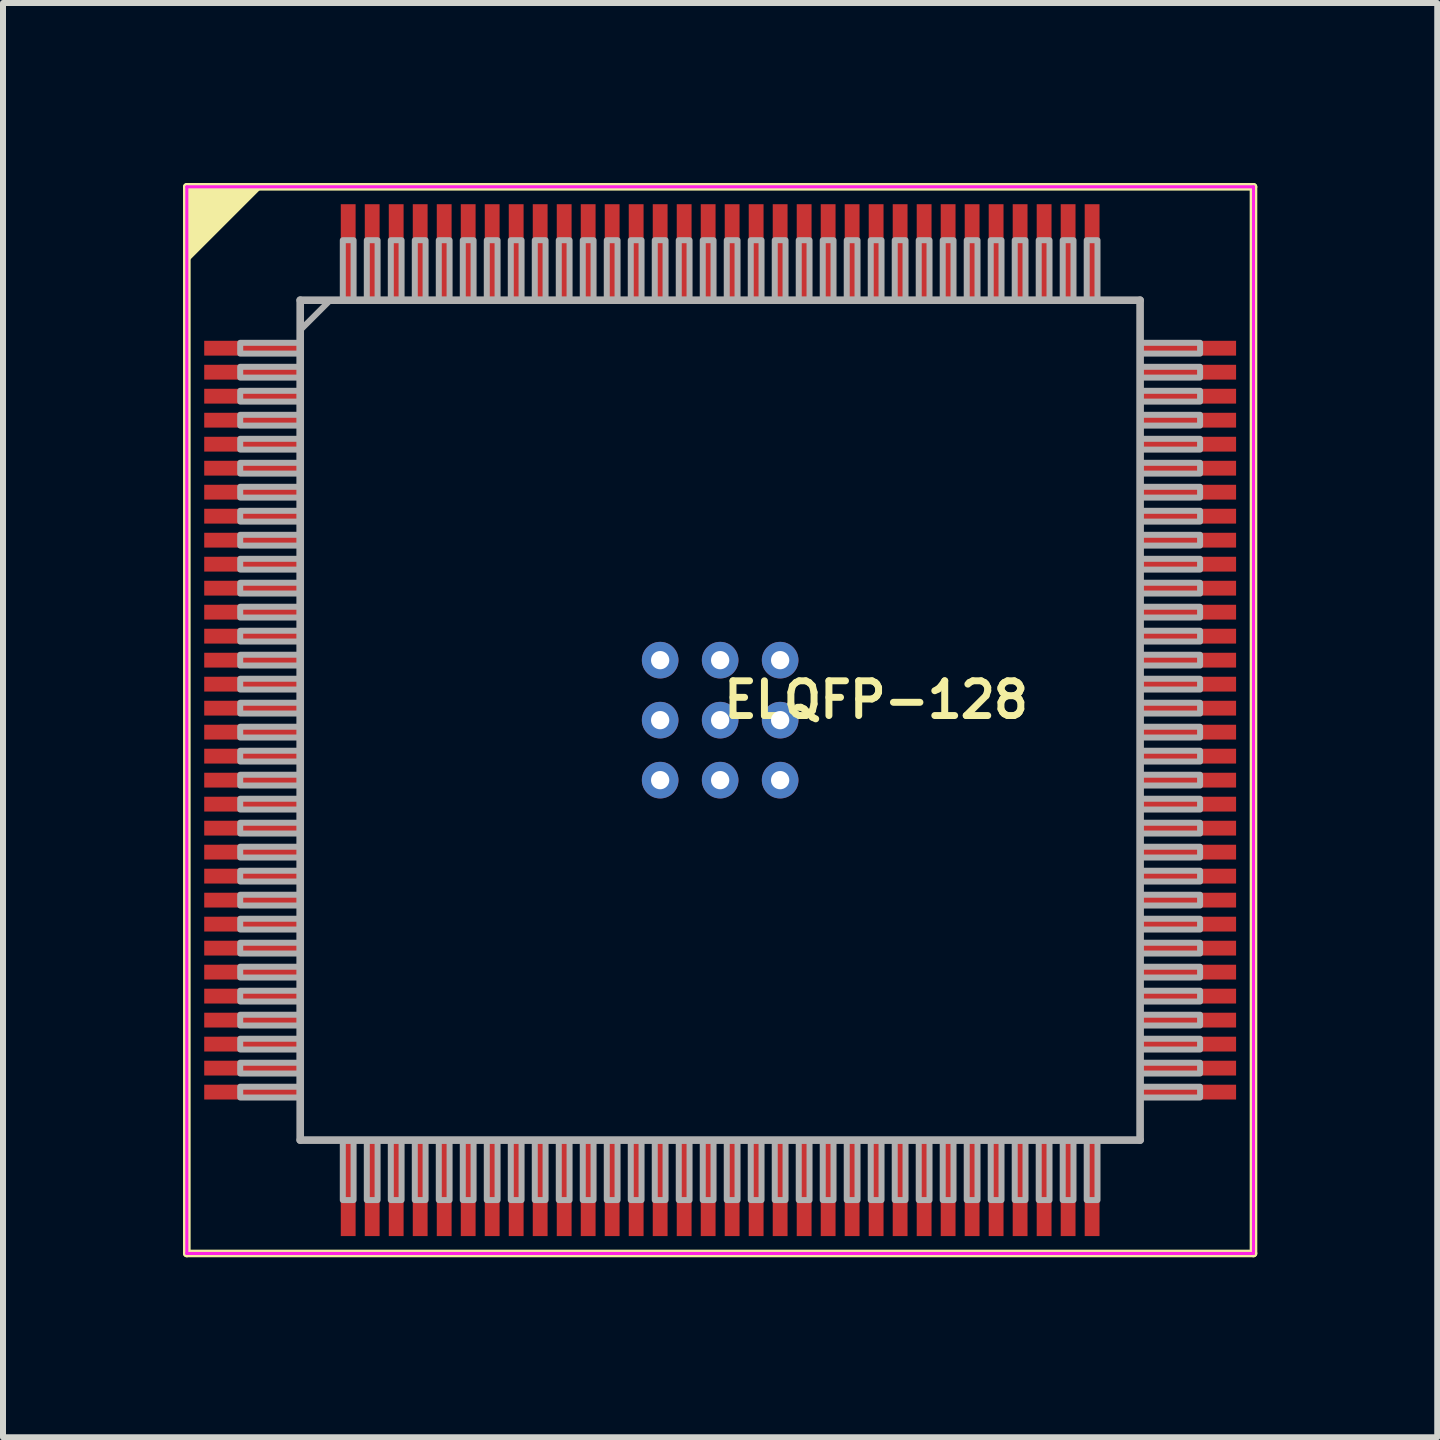
<source format=kicad_pcb>
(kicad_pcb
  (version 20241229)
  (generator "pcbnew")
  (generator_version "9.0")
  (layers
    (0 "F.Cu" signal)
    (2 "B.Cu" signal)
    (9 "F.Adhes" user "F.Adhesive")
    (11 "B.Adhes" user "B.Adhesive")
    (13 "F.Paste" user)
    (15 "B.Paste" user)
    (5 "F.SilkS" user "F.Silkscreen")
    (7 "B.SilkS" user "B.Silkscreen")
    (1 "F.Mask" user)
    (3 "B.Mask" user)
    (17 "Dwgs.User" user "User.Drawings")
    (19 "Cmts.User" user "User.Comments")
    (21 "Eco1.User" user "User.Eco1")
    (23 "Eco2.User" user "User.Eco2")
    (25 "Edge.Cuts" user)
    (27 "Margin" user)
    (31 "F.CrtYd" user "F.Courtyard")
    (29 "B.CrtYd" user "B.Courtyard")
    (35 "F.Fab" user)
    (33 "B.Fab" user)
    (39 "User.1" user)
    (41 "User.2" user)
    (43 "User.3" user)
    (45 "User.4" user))
  (footprint "ELQFP-128"
    (layer "F.Cu")
    (at 8.954 8.954)
    (property "Reference" "ELQFP-128" (at 0 0 180) (layer "F.SilkS") (effects (font (size 0.579 0.579) (thickness 0.116)) (justify left bottom)))
    (attr through_hole)
    (fp_poly (pts (xy -2 2) (xy 2 2) (xy 2 -2) (xy -2 -2)) (stroke (width 0) (type solid)) (fill yes) (layer "F.Mask"))
    (fp_poly (pts (xy -2 2) (xy 2 2) (xy 2 -2) (xy -2 -2)) (stroke (width 0) (type solid)) (fill yes) (layer "B.Mask"))
    (fp_line (start -8.89 -8.89) (end -8.89 8.89) (stroke (width 0.127) (type solid)) (layer "F.SilkS"))
    (fp_line (start -8.89 8.89) (end 8.89 8.89) (stroke (width 0.127) (type solid)) (layer "F.SilkS"))
    (fp_line (start 8.89 -8.89) (end -8.89 -8.89) (stroke (width 0.127) (type solid)) (layer "F.SilkS"))
    (fp_line (start 8.89 8.89) (end 8.89 -8.89) (stroke (width 0.127) (type solid)) (layer "F.SilkS"))
    (fp_poly (pts (xy -8.89 -8.89) (xy -7.62 -8.89) (xy -8.89 -7.62)) (stroke (width 0) (type solid)) (fill yes) (layer "F.SilkS"))
    (fp_poly (pts (xy -1.5 1.5) (xy 1.5 1.5) (xy 1.5 -1.5) (xy -1.5 -1.5)) (stroke (width 0) (type solid)) (fill yes) (layer "F.Paste"))
    (fp_line (start -8.89 -8.89) (end 8.89 -8.89) (stroke (width 0.051) (type solid)) (layer "F.CrtYd"))
    (fp_line (start -8.89 8.89) (end -8.89 -8.89) (stroke (width 0.051) (type solid)) (layer "F.CrtYd"))
    (fp_line (start 8.89 -8.89) (end 8.89 8.89) (stroke (width 0.051) (type solid)) (layer "F.CrtYd"))
    (fp_line (start 8.89 8.89) (end -8.89 8.89) (stroke (width 0.051) (type solid)) (layer "F.CrtYd"))
    (fp_line (start -7 -7) (end 7 -7) (stroke (width 0.127) (type solid)) (layer "F.Fab"))
    (fp_line (start -7 7) (end -7 -7) (stroke (width 0.127) (type solid)) (layer "F.Fab"))
    (fp_line (start 7 -7) (end 7 7) (stroke (width 0.127) (type solid)) (layer "F.Fab"))
    (fp_line (start 7 7) (end -7 7) (stroke (width 0.127) (type solid)) (layer "F.Fab"))
    (fp_poly (pts (xy -7 -7) (xy -6.5 -7) (xy -7 -6.5)) (stroke (width 0.1) (type solid)) (fill no) (layer "F.Fab"))
    (fp_poly (pts (xy -8 -6.29) (xy -8 -6.11) (xy -7 -6.11) (xy -7 -6.29)) (stroke (width 0.1) (type solid)) (fill no) (layer "F.Fab"))
    (fp_poly (pts (xy -8 -5.89) (xy -8 -5.71) (xy -7 -5.71) (xy -7 -5.89)) (stroke (width 0.1) (type solid)) (fill no) (layer "F.Fab"))
    (fp_poly (pts (xy -8 -5.49) (xy -8 -5.31) (xy -7 -5.31) (xy -7 -5.49)) (stroke (width 0.1) (type solid)) (fill no) (layer "F.Fab"))
    (fp_poly (pts (xy -8 -5.09) (xy -8 -4.91) (xy -7 -4.91) (xy -7 -5.09)) (stroke (width 0.1) (type solid)) (fill no) (layer "F.Fab"))
    (fp_poly (pts (xy -8 -4.69) (xy -8 -4.51) (xy -7 -4.51) (xy -7 -4.69)) (stroke (width 0.1) (type solid)) (fill no) (layer "F.Fab"))
    (fp_poly (pts (xy -8 -4.29) (xy -8 -4.11) (xy -7 -4.11) (xy -7 -4.29)) (stroke (width 0.1) (type solid)) (fill no) (layer "F.Fab"))
    (fp_poly (pts (xy -8 -3.89) (xy -8 -3.71) (xy -7 -3.71) (xy -7 -3.89)) (stroke (width 0.1) (type solid)) (fill no) (layer "F.Fab"))
    (fp_poly (pts (xy -8 -3.49) (xy -8 -3.31) (xy -7 -3.31) (xy -7 -3.49)) (stroke (width 0.1) (type solid)) (fill no) (layer "F.Fab"))
    (fp_poly (pts (xy -8 -3.09) (xy -8 -2.91) (xy -7 -2.91) (xy -7 -3.09)) (stroke (width 0.1) (type solid)) (fill no) (layer "F.Fab"))
    (fp_poly (pts (xy -8 -2.69) (xy -8 -2.51) (xy -7 -2.51) (xy -7 -2.69)) (stroke (width 0.1) (type solid)) (fill no) (layer "F.Fab"))
    (fp_poly (pts (xy -8 -2.29) (xy -8 -2.11) (xy -7 -2.11) (xy -7 -2.29)) (stroke (width 0.1) (type solid)) (fill no) (layer "F.Fab"))
    (fp_poly (pts (xy -8 -1.89) (xy -8 -1.71) (xy -7 -1.71) (xy -7 -1.89)) (stroke (width 0.1) (type solid)) (fill no) (layer "F.Fab"))
    (fp_poly (pts (xy -8 -1.49) (xy -8 -1.31) (xy -7 -1.31) (xy -7 -1.49)) (stroke (width 0.1) (type solid)) (fill no) (layer "F.Fab"))
    (fp_poly (pts (xy -8 -1.09) (xy -8 -0.91) (xy -7 -0.91) (xy -7 -1.09)) (stroke (width 0.1) (type solid)) (fill no) (layer "F.Fab"))
    (fp_poly (pts (xy -8 -0.69) (xy -8 -0.51) (xy -7 -0.51) (xy -7 -0.69)) (stroke (width 0.1) (type solid)) (fill no) (layer "F.Fab"))
    (fp_poly (pts (xy -8 -0.29) (xy -8 -0.11) (xy -7 -0.11) (xy -7 -0.29)) (stroke (width 0.1) (type solid)) (fill no) (layer "F.Fab"))
    (fp_poly (pts (xy -8 0.11) (xy -8 0.29) (xy -7 0.29) (xy -7 0.11)) (stroke (width 0.1) (type solid)) (fill no) (layer "F.Fab"))
    (fp_poly (pts (xy -8 0.51) (xy -8 0.69) (xy -7 0.69) (xy -7 0.51)) (stroke (width 0.1) (type solid)) (fill no) (layer "F.Fab"))
    (fp_poly (pts (xy -8 0.91) (xy -8 1.09) (xy -7 1.09) (xy -7 0.91)) (stroke (width 0.1) (type solid)) (fill no) (layer "F.Fab"))
    (fp_poly (pts (xy -8 1.31) (xy -8 1.49) (xy -7 1.49) (xy -7 1.31)) (stroke (width 0.1) (type solid)) (fill no) (layer "F.Fab"))
    (fp_poly (pts (xy -8 1.71) (xy -8 1.89) (xy -7 1.89) (xy -7 1.71)) (stroke (width 0.1) (type solid)) (fill no) (layer "F.Fab"))
    (fp_poly (pts (xy -8 2.11) (xy -8 2.29) (xy -7 2.29) (xy -7 2.11)) (stroke (width 0.1) (type solid)) (fill no) (layer "F.Fab"))
    (fp_poly (pts (xy -8 2.51) (xy -8 2.69) (xy -7 2.69) (xy -7 2.51)) (stroke (width 0.1) (type solid)) (fill no) (layer "F.Fab"))
    (fp_poly (pts (xy -8 2.91) (xy -8 3.09) (xy -7 3.09) (xy -7 2.91)) (stroke (width 0.1) (type solid)) (fill no) (layer "F.Fab"))
    (fp_poly (pts (xy -8 3.31) (xy -8 3.49) (xy -7 3.49) (xy -7 3.31)) (stroke (width 0.1) (type solid)) (fill no) (layer "F.Fab"))
    (fp_poly (pts (xy -8 3.71) (xy -8 3.89) (xy -7 3.89) (xy -7 3.71)) (stroke (width 0.1) (type solid)) (fill no) (layer "F.Fab"))
    (fp_poly (pts (xy -8 4.11) (xy -8 4.29) (xy -7 4.29) (xy -7 4.11)) (stroke (width 0.1) (type solid)) (fill no) (layer "F.Fab"))
    (fp_poly (pts (xy -8 4.51) (xy -8 4.69) (xy -7 4.69) (xy -7 4.51)) (stroke (width 0.1) (type solid)) (fill no) (layer "F.Fab"))
    (fp_poly (pts (xy -8 4.91) (xy -8 5.09) (xy -7 5.09) (xy -7 4.91)) (stroke (width 0.1) (type solid)) (fill no) (layer "F.Fab"))
    (fp_poly (pts (xy -8 5.31) (xy -8 5.49) (xy -7 5.49) (xy -7 5.31)) (stroke (width 0.1) (type solid)) (fill no) (layer "F.Fab"))
    (fp_poly (pts (xy -8 5.71) (xy -8 5.89) (xy -7 5.89) (xy -7 5.71)) (stroke (width 0.1) (type solid)) (fill no) (layer "F.Fab"))
    (fp_poly (pts (xy -8 6.11) (xy -8 6.29) (xy -7 6.29) (xy -7 6.11)) (stroke (width 0.1) (type solid)) (fill no) (layer "F.Fab"))
    (fp_poly (pts (xy -6.29 8) (xy -6.11 8) (xy -6.11 7) (xy -6.29 7)) (stroke (width 0.1) (type solid)) (fill no) (layer "F.Fab"))
    (fp_poly (pts (xy -6.11 -8) (xy -6.29 -8) (xy -6.29 -7) (xy -6.11 -7)) (stroke (width 0.1) (type solid)) (fill no) (layer "F.Fab"))
    (fp_poly (pts (xy -5.89 8) (xy -5.71 8) (xy -5.71 7) (xy -5.89 7)) (stroke (width 0.1) (type solid)) (fill no) (layer "F.Fab"))
    (fp_poly (pts (xy -5.71 -8) (xy -5.89 -8) (xy -5.89 -7) (xy -5.71 -7)) (stroke (width 0.1) (type solid)) (fill no) (layer "F.Fab"))
    (fp_poly (pts (xy -5.49 8) (xy -5.31 8) (xy -5.31 7) (xy -5.49 7)) (stroke (width 0.1) (type solid)) (fill no) (layer "F.Fab"))
    (fp_poly (pts (xy -5.31 -8) (xy -5.49 -8) (xy -5.49 -7) (xy -5.31 -7)) (stroke (width 0.1) (type solid)) (fill no) (layer "F.Fab"))
    (fp_poly (pts (xy -5.09 8) (xy -4.91 8) (xy -4.91 7) (xy -5.09 7)) (stroke (width 0.1) (type solid)) (fill no) (layer "F.Fab"))
    (fp_poly (pts (xy -4.91 -8) (xy -5.09 -8) (xy -5.09 -7) (xy -4.91 -7)) (stroke (width 0.1) (type solid)) (fill no) (layer "F.Fab"))
    (fp_poly (pts (xy -4.69 8) (xy -4.51 8) (xy -4.51 7) (xy -4.69 7)) (stroke (width 0.1) (type solid)) (fill no) (layer "F.Fab"))
    (fp_poly (pts (xy -4.51 -8) (xy -4.69 -8) (xy -4.69 -7) (xy -4.51 -7)) (stroke (width 0.1) (type solid)) (fill no) (layer "F.Fab"))
    (fp_poly (pts (xy -4.29 8) (xy -4.11 8) (xy -4.11 7) (xy -4.29 7)) (stroke (width 0.1) (type solid)) (fill no) (layer "F.Fab"))
    (fp_poly (pts (xy -4.11 -8) (xy -4.29 -8) (xy -4.29 -7) (xy -4.11 -7)) (stroke (width 0.1) (type solid)) (fill no) (layer "F.Fab"))
    (fp_poly (pts (xy -3.89 8) (xy -3.71 8) (xy -3.71 7) (xy -3.89 7)) (stroke (width 0.1) (type solid)) (fill no) (layer "F.Fab"))
    (fp_poly (pts (xy -3.71 -8) (xy -3.89 -8) (xy -3.89 -7) (xy -3.71 -7)) (stroke (width 0.1) (type solid)) (fill no) (layer "F.Fab"))
    (fp_poly (pts (xy -3.49 8) (xy -3.31 8) (xy -3.31 7) (xy -3.49 7)) (stroke (width 0.1) (type solid)) (fill no) (layer "F.Fab"))
    (fp_poly (pts (xy -3.31 -8) (xy -3.49 -8) (xy -3.49 -7) (xy -3.31 -7)) (stroke (width 0.1) (type solid)) (fill no) (layer "F.Fab"))
    (fp_poly (pts (xy -3.09 8) (xy -2.91 8) (xy -2.91 7) (xy -3.09 7)) (stroke (width 0.1) (type solid)) (fill no) (layer "F.Fab"))
    (fp_poly (pts (xy -2.91 -8) (xy -3.09 -8) (xy -3.09 -7) (xy -2.91 -7)) (stroke (width 0.1) (type solid)) (fill no) (layer "F.Fab"))
    (fp_poly (pts (xy -2.69 8) (xy -2.51 8) (xy -2.51 7) (xy -2.69 7)) (stroke (width 0.1) (type solid)) (fill no) (layer "F.Fab"))
    (fp_poly (pts (xy -2.51 -8) (xy -2.69 -8) (xy -2.69 -7) (xy -2.51 -7)) (stroke (width 0.1) (type solid)) (fill no) (layer "F.Fab"))
    (fp_poly (pts (xy -2.29 8) (xy -2.11 8) (xy -2.11 7) (xy -2.29 7)) (stroke (width 0.1) (type solid)) (fill no) (layer "F.Fab"))
    (fp_poly (pts (xy -2.11 -8) (xy -2.29 -8) (xy -2.29 -7) (xy -2.11 -7)) (stroke (width 0.1) (type solid)) (fill no) (layer "F.Fab"))
    (fp_poly (pts (xy -1.89 8) (xy -1.71 8) (xy -1.71 7) (xy -1.89 7)) (stroke (width 0.1) (type solid)) (fill no) (layer "F.Fab"))
    (fp_poly (pts (xy -1.71 -8) (xy -1.89 -8) (xy -1.89 -7) (xy -1.71 -7)) (stroke (width 0.1) (type solid)) (fill no) (layer "F.Fab"))
    (fp_poly (pts (xy -1.49 8) (xy -1.31 8) (xy -1.31 7) (xy -1.49 7)) (stroke (width 0.1) (type solid)) (fill no) (layer "F.Fab"))
    (fp_poly (pts (xy -1.31 -8) (xy -1.49 -8) (xy -1.49 -7) (xy -1.31 -7)) (stroke (width 0.1) (type solid)) (fill no) (layer "F.Fab"))
    (fp_poly (pts (xy -1.09 8) (xy -0.91 8) (xy -0.91 7) (xy -1.09 7)) (stroke (width 0.1) (type solid)) (fill no) (layer "F.Fab"))
    (fp_poly (pts (xy -0.91 -8) (xy -1.09 -8) (xy -1.09 -7) (xy -0.91 -7)) (stroke (width 0.1) (type solid)) (fill no) (layer "F.Fab"))
    (fp_poly (pts (xy -0.69 8) (xy -0.51 8) (xy -0.51 7) (xy -0.69 7)) (stroke (width 0.1) (type solid)) (fill no) (layer "F.Fab"))
    (fp_poly (pts (xy -0.51 -8) (xy -0.69 -8) (xy -0.69 -7) (xy -0.51 -7)) (stroke (width 0.1) (type solid)) (fill no) (layer "F.Fab"))
    (fp_poly (pts (xy -0.29 8) (xy -0.11 8) (xy -0.11 7) (xy -0.29 7)) (stroke (width 0.1) (type solid)) (fill no) (layer "F.Fab"))
    (fp_poly (pts (xy -0.11 -8) (xy -0.29 -8) (xy -0.29 -7) (xy -0.11 -7)) (stroke (width 0.1) (type solid)) (fill no) (layer "F.Fab"))
    (fp_poly (pts (xy 0.11 8) (xy 0.29 8) (xy 0.29 7) (xy 0.11 7)) (stroke (width 0.1) (type solid)) (fill no) (layer "F.Fab"))
    (fp_poly (pts (xy 0.29 -8) (xy 0.11 -8) (xy 0.11 -7) (xy 0.29 -7)) (stroke (width 0.1) (type solid)) (fill no) (layer "F.Fab"))
    (fp_poly (pts (xy 0.51 8) (xy 0.69 8) (xy 0.69 7) (xy 0.51 7)) (stroke (width 0.1) (type solid)) (fill no) (layer "F.Fab"))
    (fp_poly (pts (xy 0.69 -8) (xy 0.51 -8) (xy 0.51 -7) (xy 0.69 -7)) (stroke (width 0.1) (type solid)) (fill no) (layer "F.Fab"))
    (fp_poly (pts (xy 0.91 8) (xy 1.09 8) (xy 1.09 7) (xy 0.91 7)) (stroke (width 0.1) (type solid)) (fill no) (layer "F.Fab"))
    (fp_poly (pts (xy 1.09 -8) (xy 0.91 -8) (xy 0.91 -7) (xy 1.09 -7)) (stroke (width 0.1) (type solid)) (fill no) (layer "F.Fab"))
    (fp_poly (pts (xy 1.31 8) (xy 1.49 8) (xy 1.49 7) (xy 1.31 7)) (stroke (width 0.1) (type solid)) (fill no) (layer "F.Fab"))
    (fp_poly (pts (xy 1.49 -8) (xy 1.31 -8) (xy 1.31 -7) (xy 1.49 -7)) (stroke (width 0.1) (type solid)) (fill no) (layer "F.Fab"))
    (fp_poly (pts (xy 1.71 8) (xy 1.89 8) (xy 1.89 7) (xy 1.71 7)) (stroke (width 0.1) (type solid)) (fill no) (layer "F.Fab"))
    (fp_poly (pts (xy 1.89 -8) (xy 1.71 -8) (xy 1.71 -7) (xy 1.89 -7)) (stroke (width 0.1) (type solid)) (fill no) (layer "F.Fab"))
    (fp_poly (pts (xy 2.11 8) (xy 2.29 8) (xy 2.29 7) (xy 2.11 7)) (stroke (width 0.1) (type solid)) (fill no) (layer "F.Fab"))
    (fp_poly (pts (xy 2.29 -8) (xy 2.11 -8) (xy 2.11 -7) (xy 2.29 -7)) (stroke (width 0.1) (type solid)) (fill no) (layer "F.Fab"))
    (fp_poly (pts (xy 2.51 8) (xy 2.69 8) (xy 2.69 7) (xy 2.51 7)) (stroke (width 0.1) (type solid)) (fill no) (layer "F.Fab"))
    (fp_poly (pts (xy 2.69 -8) (xy 2.51 -8) (xy 2.51 -7) (xy 2.69 -7)) (stroke (width 0.1) (type solid)) (fill no) (layer "F.Fab"))
    (fp_poly (pts (xy 2.91 8) (xy 3.09 8) (xy 3.09 7) (xy 2.91 7)) (stroke (width 0.1) (type solid)) (fill no) (layer "F.Fab"))
    (fp_poly (pts (xy 3.09 -8) (xy 2.91 -8) (xy 2.91 -7) (xy 3.09 -7)) (stroke (width 0.1) (type solid)) (fill no) (layer "F.Fab"))
    (fp_poly (pts (xy 3.31 8) (xy 3.49 8) (xy 3.49 7) (xy 3.31 7)) (stroke (width 0.1) (type solid)) (fill no) (layer "F.Fab"))
    (fp_poly (pts (xy 3.49 -8) (xy 3.31 -8) (xy 3.31 -7) (xy 3.49 -7)) (stroke (width 0.1) (type solid)) (fill no) (layer "F.Fab"))
    (fp_poly (pts (xy 3.71 8) (xy 3.89 8) (xy 3.89 7) (xy 3.71 7)) (stroke (width 0.1) (type solid)) (fill no) (layer "F.Fab"))
    (fp_poly (pts (xy 3.89 -8) (xy 3.71 -8) (xy 3.71 -7) (xy 3.89 -7)) (stroke (width 0.1) (type solid)) (fill no) (layer "F.Fab"))
    (fp_poly (pts (xy 4.11 8) (xy 4.29 8) (xy 4.29 7) (xy 4.11 7)) (stroke (width 0.1) (type solid)) (fill no) (layer "F.Fab"))
    (fp_poly (pts (xy 4.29 -8) (xy 4.11 -8) (xy 4.11 -7) (xy 4.29 -7)) (stroke (width 0.1) (type solid)) (fill no) (layer "F.Fab"))
    (fp_poly (pts (xy 4.51 8) (xy 4.69 8) (xy 4.69 7) (xy 4.51 7)) (stroke (width 0.1) (type solid)) (fill no) (layer "F.Fab"))
    (fp_poly (pts (xy 4.69 -8) (xy 4.51 -8) (xy 4.51 -7) (xy 4.69 -7)) (stroke (width 0.1) (type solid)) (fill no) (layer "F.Fab"))
    (fp_poly (pts (xy 4.91 8) (xy 5.09 8) (xy 5.09 7) (xy 4.91 7)) (stroke (width 0.1) (type solid)) (fill no) (layer "F.Fab"))
    (fp_poly (pts (xy 5.09 -8) (xy 4.91 -8) (xy 4.91 -7) (xy 5.09 -7)) (stroke (width 0.1) (type solid)) (fill no) (layer "F.Fab"))
    (fp_poly (pts (xy 5.31 8) (xy 5.49 8) (xy 5.49 7) (xy 5.31 7)) (stroke (width 0.1) (type solid)) (fill no) (layer "F.Fab"))
    (fp_poly (pts (xy 5.49 -8) (xy 5.31 -8) (xy 5.31 -7) (xy 5.49 -7)) (stroke (width 0.1) (type solid)) (fill no) (layer "F.Fab"))
    (fp_poly (pts (xy 5.71 8) (xy 5.89 8) (xy 5.89 7) (xy 5.71 7)) (stroke (width 0.1) (type solid)) (fill no) (layer "F.Fab"))
    (fp_poly (pts (xy 5.89 -8) (xy 5.71 -8) (xy 5.71 -7) (xy 5.89 -7)) (stroke (width 0.1) (type solid)) (fill no) (layer "F.Fab"))
    (fp_poly (pts (xy 6.11 8) (xy 6.29 8) (xy 6.29 7) (xy 6.11 7)) (stroke (width 0.1) (type solid)) (fill no) (layer "F.Fab"))
    (fp_poly (pts (xy 6.29 -8) (xy 6.11 -8) (xy 6.11 -7) (xy 6.29 -7)) (stroke (width 0.1) (type solid)) (fill no) (layer "F.Fab"))
    (fp_poly (pts (xy 8 -6.11) (xy 8 -6.29) (xy 7 -6.29) (xy 7 -6.11)) (stroke (width 0.1) (type solid)) (fill no) (layer "F.Fab"))
    (fp_poly (pts (xy 8 -5.71) (xy 8 -5.89) (xy 7 -5.89) (xy 7 -5.71)) (stroke (width 0.1) (type solid)) (fill no) (layer "F.Fab"))
    (fp_poly (pts (xy 8 -5.31) (xy 8 -5.49) (xy 7 -5.49) (xy 7 -5.31)) (stroke (width 0.1) (type solid)) (fill no) (layer "F.Fab"))
    (fp_poly (pts (xy 8 -4.91) (xy 8 -5.09) (xy 7 -5.09) (xy 7 -4.91)) (stroke (width 0.1) (type solid)) (fill no) (layer "F.Fab"))
    (fp_poly (pts (xy 8 -4.51) (xy 8 -4.69) (xy 7 -4.69) (xy 7 -4.51)) (stroke (width 0.1) (type solid)) (fill no) (layer "F.Fab"))
    (fp_poly (pts (xy 8 -4.11) (xy 8 -4.29) (xy 7 -4.29) (xy 7 -4.11)) (stroke (width 0.1) (type solid)) (fill no) (layer "F.Fab"))
    (fp_poly (pts (xy 8 -3.71) (xy 8 -3.89) (xy 7 -3.89) (xy 7 -3.71)) (stroke (width 0.1) (type solid)) (fill no) (layer "F.Fab"))
    (fp_poly (pts (xy 8 -3.31) (xy 8 -3.49) (xy 7 -3.49) (xy 7 -3.31)) (stroke (width 0.1) (type solid)) (fill no) (layer "F.Fab"))
    (fp_poly (pts (xy 8 -2.91) (xy 8 -3.09) (xy 7 -3.09) (xy 7 -2.91)) (stroke (width 0.1) (type solid)) (fill no) (layer "F.Fab"))
    (fp_poly (pts (xy 8 -2.51) (xy 8 -2.69) (xy 7 -2.69) (xy 7 -2.51)) (stroke (width 0.1) (type solid)) (fill no) (layer "F.Fab"))
    (fp_poly (pts (xy 8 -2.11) (xy 8 -2.29) (xy 7 -2.29) (xy 7 -2.11)) (stroke (width 0.1) (type solid)) (fill no) (layer "F.Fab"))
    (fp_poly (pts (xy 8 -1.71) (xy 8 -1.89) (xy 7 -1.89) (xy 7 -1.71)) (stroke (width 0.1) (type solid)) (fill no) (layer "F.Fab"))
    (fp_poly (pts (xy 8 -1.31) (xy 8 -1.49) (xy 7 -1.49) (xy 7 -1.31)) (stroke (width 0.1) (type solid)) (fill no) (layer "F.Fab"))
    (fp_poly (pts (xy 8 -0.91) (xy 8 -1.09) (xy 7 -1.09) (xy 7 -0.91)) (stroke (width 0.1) (type solid)) (fill no) (layer "F.Fab"))
    (fp_poly (pts (xy 8 -0.51) (xy 8 -0.69) (xy 7 -0.69) (xy 7 -0.51)) (stroke (width 0.1) (type solid)) (fill no) (layer "F.Fab"))
    (fp_poly (pts (xy 8 -0.11) (xy 8 -0.29) (xy 7 -0.29) (xy 7 -0.11)) (stroke (width 0.1) (type solid)) (fill no) (layer "F.Fab"))
    (fp_poly (pts (xy 8 0.29) (xy 8 0.11) (xy 7 0.11) (xy 7 0.29)) (stroke (width 0.1) (type solid)) (fill no) (layer "F.Fab"))
    (fp_poly (pts (xy 8 0.69) (xy 8 0.51) (xy 7 0.51) (xy 7 0.69)) (stroke (width 0.1) (type solid)) (fill no) (layer "F.Fab"))
    (fp_poly (pts (xy 8 1.09) (xy 8 0.91) (xy 7 0.91) (xy 7 1.09)) (stroke (width 0.1) (type solid)) (fill no) (layer "F.Fab"))
    (fp_poly (pts (xy 8 1.49) (xy 8 1.31) (xy 7 1.31) (xy 7 1.49)) (stroke (width 0.1) (type solid)) (fill no) (layer "F.Fab"))
    (fp_poly (pts (xy 8 1.89) (xy 8 1.71) (xy 7 1.71) (xy 7 1.89)) (stroke (width 0.1) (type solid)) (fill no) (layer "F.Fab"))
    (fp_poly (pts (xy 8 2.29) (xy 8 2.11) (xy 7 2.11) (xy 7 2.29)) (stroke (width 0.1) (type solid)) (fill no) (layer "F.Fab"))
    (fp_poly (pts (xy 8 2.69) (xy 8 2.51) (xy 7 2.51) (xy 7 2.69)) (stroke (width 0.1) (type solid)) (fill no) (layer "F.Fab"))
    (fp_poly (pts (xy 8 3.09) (xy 8 2.91) (xy 7 2.91) (xy 7 3.09)) (stroke (width 0.1) (type solid)) (fill no) (layer "F.Fab"))
    (fp_poly (pts (xy 8 3.49) (xy 8 3.31) (xy 7 3.31) (xy 7 3.49)) (stroke (width 0.1) (type solid)) (fill no) (layer "F.Fab"))
    (fp_poly (pts (xy 8 3.89) (xy 8 3.71) (xy 7 3.71) (xy 7 3.89)) (stroke (width 0.1) (type solid)) (fill no) (layer "F.Fab"))
    (fp_poly (pts (xy 8 4.29) (xy 8 4.11) (xy 7 4.11) (xy 7 4.29)) (stroke (width 0.1) (type solid)) (fill no) (layer "F.Fab"))
    (fp_poly (pts (xy 8 4.69) (xy 8 4.51) (xy 7 4.51) (xy 7 4.69)) (stroke (width 0.1) (type solid)) (fill no) (layer "F.Fab"))
    (fp_poly (pts (xy 8 5.09) (xy 8 4.91) (xy 7 4.91) (xy 7 5.09)) (stroke (width 0.1) (type solid)) (fill no) (layer "F.Fab"))
    (fp_poly (pts (xy 8 5.49) (xy 8 5.31) (xy 7 5.31) (xy 7 5.49)) (stroke (width 0.1) (type solid)) (fill no) (layer "F.Fab"))
    (fp_poly (pts (xy 8 5.89) (xy 8 5.71) (xy 7 5.71) (xy 7 5.89)) (stroke (width 0.1) (type solid)) (fill no) (layer "F.Fab"))
    (fp_poly (pts (xy 8 6.29) (xy 8 6.11) (xy 7 6.11) (xy 7 6.29)) (stroke (width 0.1) (type solid)) (fill no) (layer "F.Fab"))
    (pad "1" smd rect (at -7.8 -6.2 270) (size 0.247 1.6) (layers "F.Cu" "F.Mask" "F.Paste"))
    (pad "2" smd rect (at -7.8 -5.8 270) (size 0.247 1.6) (layers "F.Cu" "F.Mask" "F.Paste"))
    (pad "3" smd rect (at -7.8 -5.4 270) (size 0.247 1.6) (layers "F.Cu" "F.Mask" "F.Paste"))
    (pad "4" smd rect (at -7.8 -5 270) (size 0.247 1.6) (layers "F.Cu" "F.Mask" "F.Paste"))
    (pad "5" smd rect (at -7.8 -4.6 270) (size 0.247 1.6) (layers "F.Cu" "F.Mask" "F.Paste"))
    (pad "6" smd rect (at -7.8 -4.2 270) (size 0.247 1.6) (layers "F.Cu" "F.Mask" "F.Paste"))
    (pad "7" smd rect (at -7.8 -3.8 270) (size 0.247 1.6) (layers "F.Cu" "F.Mask" "F.Paste"))
    (pad "8" smd rect (at -7.8 -3.4 270) (size 0.247 1.6) (layers "F.Cu" "F.Mask" "F.Paste"))
    (pad "9" smd rect (at -7.8 -3 270) (size 0.247 1.6) (layers "F.Cu" "F.Mask" "F.Paste"))
    (pad "10" smd rect (at -7.8 -2.6 270) (size 0.247 1.6) (layers "F.Cu" "F.Mask" "F.Paste"))
    (pad "11" smd rect (at -7.8 -2.2 270) (size 0.247 1.6) (layers "F.Cu" "F.Mask" "F.Paste"))
    (pad "12" smd rect (at -7.8 -1.8 270) (size 0.247 1.6) (layers "F.Cu" "F.Mask" "F.Paste"))
    (pad "13" smd rect (at -7.8 -1.4 270) (size 0.247 1.6) (layers "F.Cu" "F.Mask" "F.Paste"))
    (pad "14" smd rect (at -7.8 -1 270) (size 0.247 1.6) (layers "F.Cu" "F.Mask" "F.Paste"))
    (pad "15" smd rect (at -7.8 -0.6 270) (size 0.247 1.6) (layers "F.Cu" "F.Mask" "F.Paste"))
    (pad "16" smd rect (at -7.8 -0.2 270) (size 0.247 1.6) (layers "F.Cu" "F.Mask" "F.Paste"))
    (pad "17" smd rect (at -7.8 0.2 270) (size 0.247 1.6) (layers "F.Cu" "F.Mask" "F.Paste"))
    (pad "18" smd rect (at -7.8 0.6 270) (size 0.247 1.6) (layers "F.Cu" "F.Mask" "F.Paste"))
    (pad "19" smd rect (at -7.8 1 270) (size 0.247 1.6) (layers "F.Cu" "F.Mask" "F.Paste"))
    (pad "20" smd rect (at -7.8 1.4 270) (size 0.247 1.6) (layers "F.Cu" "F.Mask" "F.Paste"))
    (pad "21" smd rect (at -7.8 1.8 270) (size 0.247 1.6) (layers "F.Cu" "F.Mask" "F.Paste"))
    (pad "22" smd rect (at -7.8 2.2 270) (size 0.247 1.6) (layers "F.Cu" "F.Mask" "F.Paste"))
    (pad "23" smd rect (at -7.8 2.6 270) (size 0.247 1.6) (layers "F.Cu" "F.Mask" "F.Paste"))
    (pad "24" smd rect (at -7.8 3 270) (size 0.247 1.6) (layers "F.Cu" "F.Mask" "F.Paste"))
    (pad "25" smd rect (at -7.8 3.4 270) (size 0.247 1.6) (layers "F.Cu" "F.Mask" "F.Paste"))
    (pad "26" smd rect (at -7.8 3.8 270) (size 0.247 1.6) (layers "F.Cu" "F.Mask" "F.Paste"))
    (pad "27" smd rect (at -7.8 4.2 270) (size 0.247 1.6) (layers "F.Cu" "F.Mask" "F.Paste"))
    (pad "28" smd rect (at -7.8 4.6 270) (size 0.247 1.6) (layers "F.Cu" "F.Mask" "F.Paste"))
    (pad "29" smd rect (at -7.8 5 270) (size 0.247 1.6) (layers "F.Cu" "F.Mask" "F.Paste"))
    (pad "30" smd rect (at -7.8 5.4 270) (size 0.247 1.6) (layers "F.Cu" "F.Mask" "F.Paste"))
    (pad "31" smd rect (at -7.8 5.8 270) (size 0.247 1.6) (layers "F.Cu" "F.Mask" "F.Paste"))
    (pad "32" smd rect (at -7.8 6.2 270) (size 0.247 1.6) (layers "F.Cu" "F.Mask" "F.Paste"))
    (pad "33" smd rect (at -6.2 7.8 270) (size 1.6 0.247) (layers "F.Cu" "F.Mask" "F.Paste"))
    (pad "34" smd rect (at -5.8 7.8 270) (size 1.6 0.247) (layers "F.Cu" "F.Mask" "F.Paste"))
    (pad "35" smd rect (at -5.4 7.8 270) (size 1.6 0.247) (layers "F.Cu" "F.Mask" "F.Paste"))
    (pad "36" smd rect (at -5 7.8 270) (size 1.6 0.247) (layers "F.Cu" "F.Mask" "F.Paste"))
    (pad "37" smd rect (at -4.6 7.8 270) (size 1.6 0.247) (layers "F.Cu" "F.Mask" "F.Paste"))
    (pad "38" smd rect (at -4.2 7.8 270) (size 1.6 0.247) (layers "F.Cu" "F.Mask" "F.Paste"))
    (pad "39" smd rect (at -3.8 7.8 270) (size 1.6 0.247) (layers "F.Cu" "F.Mask" "F.Paste"))
    (pad "40" smd rect (at -3.4 7.8 270) (size 1.6 0.247) (layers "F.Cu" "F.Mask" "F.Paste"))
    (pad "41" smd rect (at -3 7.8 270) (size 1.6 0.247) (layers "F.Cu" "F.Mask" "F.Paste"))
    (pad "42" smd rect (at -2.6 7.8 270) (size 1.6 0.247) (layers "F.Cu" "F.Mask" "F.Paste"))
    (pad "43" smd rect (at -2.2 7.8 270) (size 1.6 0.247) (layers "F.Cu" "F.Mask" "F.Paste"))
    (pad "44" smd rect (at -1.8 7.8 270) (size 1.6 0.247) (layers "F.Cu" "F.Mask" "F.Paste"))
    (pad "45" smd rect (at -1.4 7.8 270) (size 1.6 0.247) (layers "F.Cu" "F.Mask" "F.Paste"))
    (pad "46" smd rect (at -1 7.8 270) (size 1.6 0.247) (layers "F.Cu" "F.Mask" "F.Paste"))
    (pad "47" smd rect (at -0.6 7.8 270) (size 1.6 0.247) (layers "F.Cu" "F.Mask" "F.Paste"))
    (pad "48" smd rect (at -0.2 7.8 270) (size 1.6 0.247) (layers "F.Cu" "F.Mask" "F.Paste"))
    (pad "49" smd rect (at 0.2 7.8 270) (size 1.6 0.247) (layers "F.Cu" "F.Mask" "F.Paste"))
    (pad "50" smd rect (at 0.6 7.8 270) (size 1.6 0.247) (layers "F.Cu" "F.Mask" "F.Paste"))
    (pad "51" smd rect (at 1 7.8 270) (size 1.6 0.247) (layers "F.Cu" "F.Mask" "F.Paste"))
    (pad "52" smd rect (at 1.4 7.8 270) (size 1.6 0.247) (layers "F.Cu" "F.Mask" "F.Paste"))
    (pad "53" smd rect (at 1.8 7.8 270) (size 1.6 0.247) (layers "F.Cu" "F.Mask" "F.Paste"))
    (pad "54" smd rect (at 2.2 7.8 270) (size 1.6 0.247) (layers "F.Cu" "F.Mask" "F.Paste"))
    (pad "55" smd rect (at 2.6 7.8 270) (size 1.6 0.247) (layers "F.Cu" "F.Mask" "F.Paste"))
    (pad "56" smd rect (at 3 7.8 270) (size 1.6 0.247) (layers "F.Cu" "F.Mask" "F.Paste"))
    (pad "57" smd rect (at 3.4 7.8 270) (size 1.6 0.247) (layers "F.Cu" "F.Mask" "F.Paste"))
    (pad "58" smd rect (at 3.8 7.8 270) (size 1.6 0.247) (layers "F.Cu" "F.Mask" "F.Paste"))
    (pad "59" smd rect (at 4.2 7.8 270) (size 1.6 0.247) (layers "F.Cu" "F.Mask" "F.Paste"))
    (pad "60" smd rect (at 4.6 7.8 270) (size 1.6 0.247) (layers "F.Cu" "F.Mask" "F.Paste"))
    (pad "61" smd rect (at 5 7.8 270) (size 1.6 0.247) (layers "F.Cu" "F.Mask" "F.Paste"))
    (pad "62" smd rect (at 5.4 7.8 270) (size 1.6 0.247) (layers "F.Cu" "F.Mask" "F.Paste"))
    (pad "63" smd rect (at 5.8 7.8 270) (size 1.6 0.247) (layers "F.Cu" "F.Mask" "F.Paste"))
    (pad "64" smd rect (at 6.2 7.8 270) (size 1.6 0.247) (layers "F.Cu" "F.Mask" "F.Paste"))
    (pad "65" smd rect (at 7.8 6.2 270) (size 0.247 1.6) (layers "F.Cu" "F.Mask" "F.Paste"))
    (pad "66" smd rect (at 7.8 5.8 270) (size 0.247 1.6) (layers "F.Cu" "F.Mask" "F.Paste"))
    (pad "67" smd rect (at 7.8 5.4 270) (size 0.247 1.6) (layers "F.Cu" "F.Mask" "F.Paste"))
    (pad "68" smd rect (at 7.8 5 270) (size 0.247 1.6) (layers "F.Cu" "F.Mask" "F.Paste"))
    (pad "69" smd rect (at 7.8 4.6 270) (size 0.247 1.6) (layers "F.Cu" "F.Mask" "F.Paste"))
    (pad "70" smd rect (at 7.8 4.2 270) (size 0.247 1.6) (layers "F.Cu" "F.Mask" "F.Paste"))
    (pad "71" smd rect (at 7.8 3.8 270) (size 0.247 1.6) (layers "F.Cu" "F.Mask" "F.Paste"))
    (pad "72" smd rect (at 7.8 3.4 270) (size 0.247 1.6) (layers "F.Cu" "F.Mask" "F.Paste"))
    (pad "73" smd rect (at 7.8 3 270) (size 0.247 1.6) (layers "F.Cu" "F.Mask" "F.Paste"))
    (pad "74" smd rect (at 7.8 2.6 270) (size 0.247 1.6) (layers "F.Cu" "F.Mask" "F.Paste"))
    (pad "75" smd rect (at 7.8 2.2 270) (size 0.247 1.6) (layers "F.Cu" "F.Mask" "F.Paste"))
    (pad "76" smd rect (at 7.8 1.8 270) (size 0.247 1.6) (layers "F.Cu" "F.Mask" "F.Paste"))
    (pad "77" smd rect (at 7.8 1.4 270) (size 0.247 1.6) (layers "F.Cu" "F.Mask" "F.Paste"))
    (pad "78" smd rect (at 7.8 1 270) (size 0.247 1.6) (layers "F.Cu" "F.Mask" "F.Paste"))
    (pad "79" smd rect (at 7.8 0.6 270) (size 0.247 1.6) (layers "F.Cu" "F.Mask" "F.Paste"))
    (pad "80" smd rect (at 7.8 0.2 270) (size 0.247 1.6) (layers "F.Cu" "F.Mask" "F.Paste"))
    (pad "81" smd rect (at 7.8 -0.2 270) (size 0.247 1.6) (layers "F.Cu" "F.Mask" "F.Paste"))
    (pad "82" smd rect (at 7.8 -0.6 270) (size 0.247 1.6) (layers "F.Cu" "F.Mask" "F.Paste"))
    (pad "83" smd rect (at 7.8 -1 270) (size 0.247 1.6) (layers "F.Cu" "F.Mask" "F.Paste"))
    (pad "84" smd rect (at 7.8 -1.4 270) (size 0.247 1.6) (layers "F.Cu" "F.Mask" "F.Paste"))
    (pad "85" smd rect (at 7.8 -1.8 270) (size 0.247 1.6) (layers "F.Cu" "F.Mask" "F.Paste"))
    (pad "86" smd rect (at 7.8 -2.2 270) (size 0.247 1.6) (layers "F.Cu" "F.Mask" "F.Paste"))
    (pad "87" smd rect (at 7.8 -2.6 270) (size 0.247 1.6) (layers "F.Cu" "F.Mask" "F.Paste"))
    (pad "88" smd rect (at 7.8 -3 270) (size 0.247 1.6) (layers "F.Cu" "F.Mask" "F.Paste"))
    (pad "89" smd rect (at 7.8 -3.4 270) (size 0.247 1.6) (layers "F.Cu" "F.Mask" "F.Paste"))
    (pad "90" smd rect (at 7.8 -3.8 270) (size 0.247 1.6) (layers "F.Cu" "F.Mask" "F.Paste"))
    (pad "91" smd rect (at 7.8 -4.2 270) (size 0.247 1.6) (layers "F.Cu" "F.Mask" "F.Paste"))
    (pad "92" smd rect (at 7.8 -4.6 270) (size 0.247 1.6) (layers "F.Cu" "F.Mask" "F.Paste"))
    (pad "93" smd rect (at 7.8 -5 270) (size 0.247 1.6) (layers "F.Cu" "F.Mask" "F.Paste"))
    (pad "94" smd rect (at 7.8 -5.4 270) (size 0.247 1.6) (layers "F.Cu" "F.Mask" "F.Paste"))
    (pad "95" smd rect (at 7.8 -5.8 270) (size 0.247 1.6) (layers "F.Cu" "F.Mask" "F.Paste"))
    (pad "96" smd rect (at 7.8 -6.2 270) (size 0.247 1.6) (layers "F.Cu" "F.Mask" "F.Paste"))
    (pad "97" smd rect (at 6.2 -7.8 270) (size 1.6 0.247) (layers "F.Cu" "F.Mask" "F.Paste"))
    (pad "98" smd rect (at 5.8 -7.8 270) (size 1.6 0.247) (layers "F.Cu" "F.Mask" "F.Paste"))
    (pad "99" smd rect (at 5.4 -7.8 270) (size 1.6 0.247) (layers "F.Cu" "F.Mask" "F.Paste"))
    (pad "100" smd rect (at 5 -7.8 270) (size 1.6 0.247) (layers "F.Cu" "F.Mask" "F.Paste"))
    (pad "101" smd rect (at 4.6 -7.8 270) (size 1.6 0.247) (layers "F.Cu" "F.Mask" "F.Paste"))
    (pad "102" smd rect (at 4.2 -7.8 270) (size 1.6 0.247) (layers "F.Cu" "F.Mask" "F.Paste"))
    (pad "103" smd rect (at 3.8 -7.8 270) (size 1.6 0.247) (layers "F.Cu" "F.Mask" "F.Paste"))
    (pad "104" smd rect (at 3.4 -7.8 270) (size 1.6 0.247) (layers "F.Cu" "F.Mask" "F.Paste"))
    (pad "105" smd rect (at 3 -7.8 270) (size 1.6 0.247) (layers "F.Cu" "F.Mask" "F.Paste"))
    (pad "106" smd rect (at 2.6 -7.8 270) (size 1.6 0.247) (layers "F.Cu" "F.Mask" "F.Paste"))
    (pad "107" smd rect (at 2.2 -7.8 270) (size 1.6 0.247) (layers "F.Cu" "F.Mask" "F.Paste"))
    (pad "108" smd rect (at 1.8 -7.8 270) (size 1.6 0.247) (layers "F.Cu" "F.Mask" "F.Paste"))
    (pad "109" smd rect (at 1.4 -7.8 270) (size 1.6 0.247) (layers "F.Cu" "F.Mask" "F.Paste"))
    (pad "110" smd rect (at 1 -7.8 270) (size 1.6 0.247) (layers "F.Cu" "F.Mask" "F.Paste"))
    (pad "111" smd rect (at 0.6 -7.8 270) (size 1.6 0.247) (layers "F.Cu" "F.Mask" "F.Paste"))
    (pad "112" smd rect (at 0.2 -7.8 270) (size 1.6 0.247) (layers "F.Cu" "F.Mask" "F.Paste"))
    (pad "113" smd rect (at -0.2 -7.8 270) (size 1.6 0.247) (layers "F.Cu" "F.Mask" "F.Paste"))
    (pad "114" smd rect (at -0.6 -7.8 270) (size 1.6 0.247) (layers "F.Cu" "F.Mask" "F.Paste"))
    (pad "115" smd rect (at -1 -7.8 270) (size 1.6 0.247) (layers "F.Cu" "F.Mask" "F.Paste"))
    (pad "116" smd rect (at -1.4 -7.8 270) (size 1.6 0.247) (layers "F.Cu" "F.Mask" "F.Paste"))
    (pad "117" smd rect (at -1.8 -7.8 270) (size 1.6 0.247) (layers "F.Cu" "F.Mask" "F.Paste"))
    (pad "118" smd rect (at -2.2 -7.8 270) (size 1.6 0.247) (layers "F.Cu" "F.Mask" "F.Paste"))
    (pad "119" smd rect (at -2.6 -7.8 270) (size 1.6 0.247) (layers "F.Cu" "F.Mask" "F.Paste"))
    (pad "120" smd rect (at -3 -7.8 270) (size 1.6 0.247) (layers "F.Cu" "F.Mask" "F.Paste"))
    (pad "121" smd rect (at -3.4 -7.8 270) (size 1.6 0.247) (layers "F.Cu" "F.Mask" "F.Paste"))
    (pad "122" smd rect (at -3.8 -7.8 270) (size 1.6 0.247) (layers "F.Cu" "F.Mask" "F.Paste"))
    (pad "123" smd rect (at -4.2 -7.8 270) (size 1.6 0.247) (layers "F.Cu" "F.Mask" "F.Paste"))
    (pad "124" smd rect (at -4.6 -7.8 270) (size 1.6 0.247) (layers "F.Cu" "F.Mask" "F.Paste"))
    (pad "125" smd rect (at -5 -7.8 270) (size 1.6 0.247) (layers "F.Cu" "F.Mask" "F.Paste"))
    (pad "126" smd rect (at -5.4 -7.8 270) (size 1.6 0.247) (layers "F.Cu" "F.Mask" "F.Paste"))
    (pad "127" smd rect (at -5.8 -7.8 270) (size 1.6 0.247) (layers "F.Cu" "F.Mask" "F.Paste"))
    (pad "128" smd rect (at -6.2 -7.8 270) (size 1.6 0.247) (layers "F.Cu" "F.Mask" "F.Paste"))
    (pad "GND$1" thru_hole circle (at -1 -1) (size 0.61 0.61) (drill 0.305) (layers "*.Cu" "*.Mask"))
    (pad "GND$2" thru_hole circle (at 0 -1) (size 0.61 0.61) (drill 0.305) (layers "*.Cu" "*.Mask"))
    (pad "GND$3" thru_hole circle (at 1 -1) (size 0.61 0.61) (drill 0.305) (layers "*.Cu" "*.Mask"))
    (pad "GND$4" thru_hole circle (at -1 0) (size 0.61 0.61) (drill 0.305) (layers "*.Cu" "*.Mask"))
    (pad "GND$5" thru_hole circle (at 0 0) (size 0.61 0.61) (drill 0.305) (layers "*.Cu" "*.Mask"))
    (pad "GND$6" thru_hole circle (at 1 0) (size 0.61 0.61) (drill 0.305) (layers "*.Cu" "*.Mask"))
    (pad "GND$7" thru_hole circle (at -1 1) (size 0.61 0.61) (drill 0.305) (layers "*.Cu" "*.Mask"))
    (pad "GND$8" thru_hole circle (at 0 1) (size 0.61 0.61) (drill 0.305) (layers "*.Cu" "*.Mask"))
    (pad "GND$9" thru_hole circle (at 1 1) (size 0.61 0.61) (drill 0.305) (layers "*.Cu" "*.Mask")))
  (gr_rect
    (start -3 -3)
    (end 20.907 20.907)
    (stroke (width 0.1) (type default))
    (fill no)
    (layer "Edge.Cuts")))
</source>
